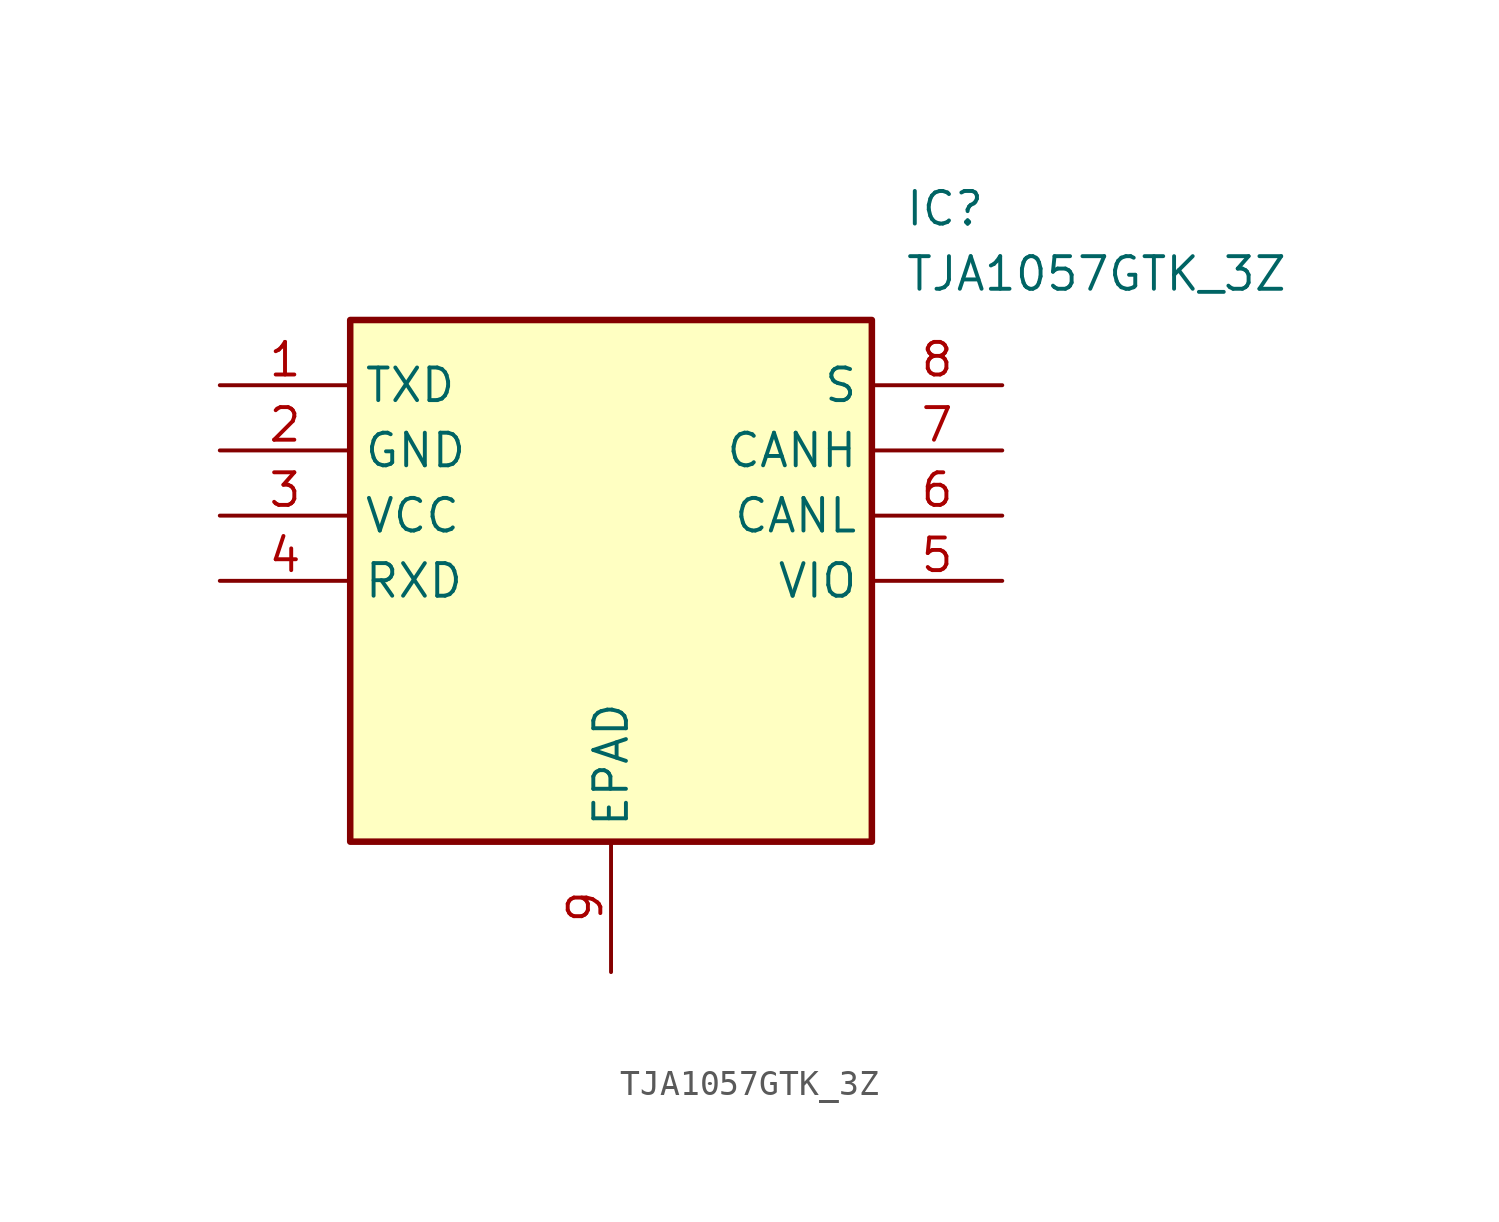
<source format=kicad_sym>
(kicad_symbol_lib
  (version 20211014)
  (generator SamacSys_ECAD_Model)
  (symbol "TJA1057GTK_3Z"
    (property "Reference" "IC"
      (at 26.67 7.62 0)
      (effects (font (size 1.27 1.27)) (justify left top)))
    (property "Value" "TJA1057GTK_3Z"
      (at 26.67 5.08 0)
      (effects (font (size 1.27 1.27)) (justify left top)))
    (rectangle
      (start 5.08 2.54)
      (end 25.4 -17.78)
      (stroke (width 0.254) (type default))
      (fill (type background)))
    (pin passive line
      (at 0 0 0)
      (length 5.08)
      (name "TXD" (effects (font (size 1.27 1.27))))
      (number "1" (effects (font (size 1.27 1.27)))))
    (pin passive line
      (at 0 -2.54 0)
      (length 5.08)
      (name "GND" (effects (font (size 1.27 1.27))))
      (number "2" (effects (font (size 1.27 1.27)))))
    (pin passive line
      (at 0 -5.08 0)
      (length 5.08)
      (name "VCC" (effects (font (size 1.27 1.27))))
      (number "3" (effects (font (size 1.27 1.27)))))
    (pin passive line
      (at 0 -7.62 0)
      (length 5.08)
      (name "RXD" (effects (font (size 1.27 1.27))))
      (number "4" (effects (font (size 1.27 1.27)))))
    (pin passive line
      (at 15.24 -22.86 90)
      (length 5.08)
      (name "EPAD" (effects (font (size 1.27 1.27))))
      (number "9" (effects (font (size 1.27 1.27)))))
    (pin passive line
      (at 30.48 0 180)
      (length 5.08)
      (name "S" (effects (font (size 1.27 1.27))))
      (number "8" (effects (font (size 1.27 1.27)))))
    (pin passive line
      (at 30.48 -2.54 180)
      (length 5.08)
      (name "CANH" (effects (font (size 1.27 1.27))))
      (number "7" (effects (font (size 1.27 1.27)))))
    (pin passive line
      (at 30.48 -5.08 180)
      (length 5.08)
      (name "CANL" (effects (font (size 1.27 1.27))))
      (number "6" (effects (font (size 1.27 1.27)))))
    (pin passive line
      (at 30.48 -7.62 180)
      (length 5.08)
      (name "VIO" (effects (font (size 1.27 1.27))))
      (number "5" (effects (font (size 1.27 1.27)))))))
</source>
